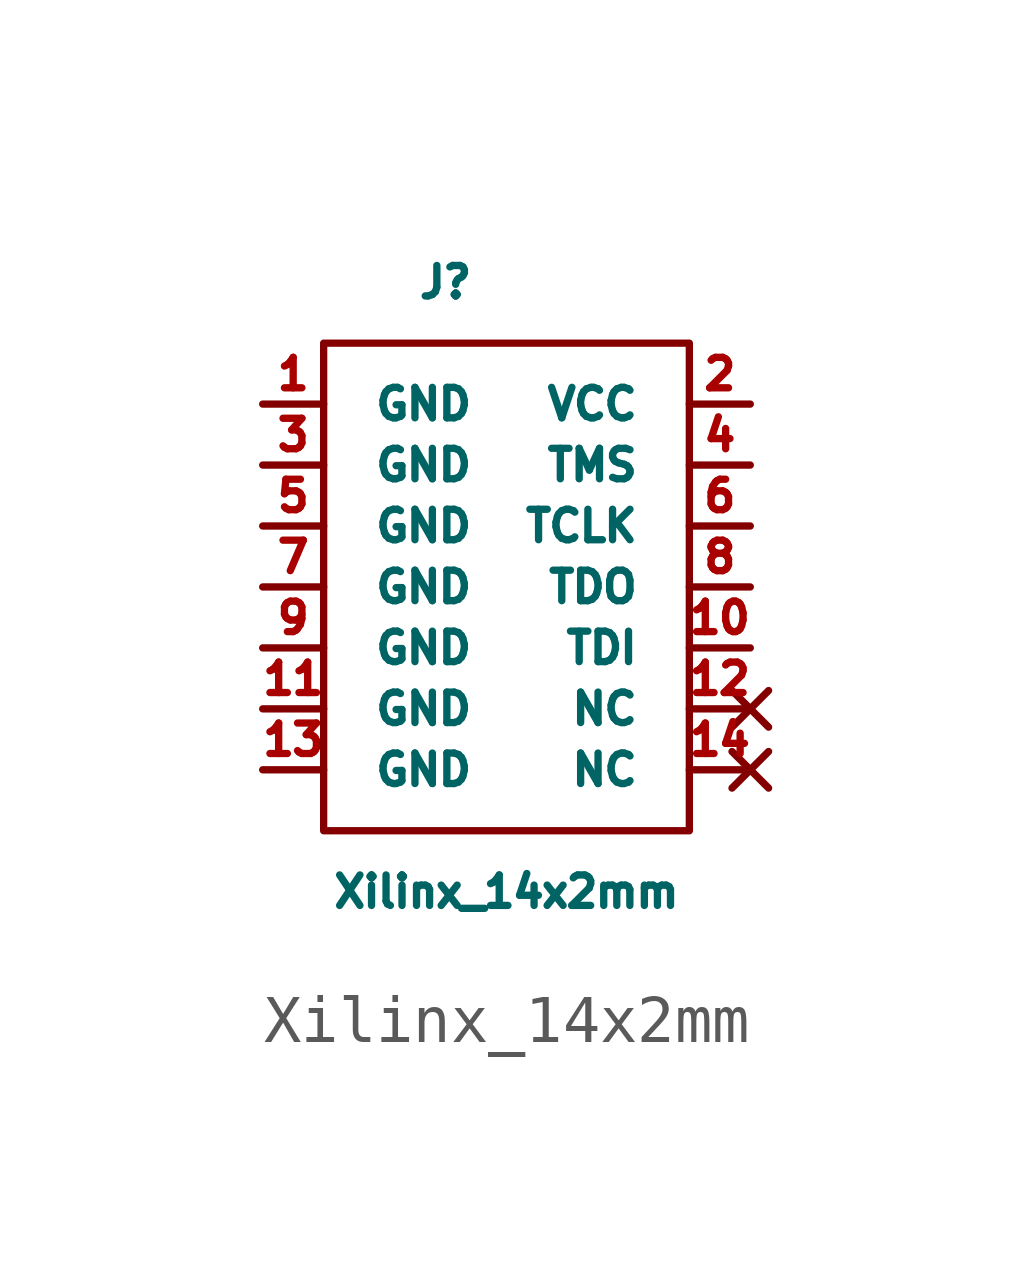
<source format=kicad_sym>
(kicad_symbol_lib
  (version 20211014)
  (generator kicad_symbol_editor)
  (symbol "Xilinx_14x2mm"
    (pin_names
      (offset 1.016))
    (property "Reference" "J"
      (at -1.27 6.35 0)
      (effects (font (size 0.635 0.635))))
    (property "Value" "Xilinx_14x2mm"
      (at 0 -6.35 0)
      (effects (font (size 0.635 0.635))))
    (property "Footprint" ""
      (at 0 0 0)
      (effects (font (size 0.635 0.635))))
    (property "Datasheet" ""
      (at 0 0 0)
      (effects (font (size 0.635 0.635))))
    (symbol "Xilinx_14x2mm_0_1"
      (rectangle (start -3.81 5.08) (end 3.81 -5.08) (stroke (width 0) (type default) (color 0 0 0 0)) (fill (type none))))
    (symbol "Xilinx_14x2mm_1_1"
      (pin power_in line (at -5.08 3.81 0) (length 1.27) (name "GND" (effects (font (size 0.635 0.635)))) (number "1" (effects (font (size 0.635 0.635)))))
      (pin input line (at 5.08 -1.27 180) (length 1.27) (name "TDI" (effects (font (size 0.635 0.635)))) (number "10" (effects (font (size 0.635 0.635)))))
      (pin power_in line (at -5.08 -2.54 0) (length 1.27) (name "GND" (effects (font (size 0.635 0.635)))) (number "11" (effects (font (size 0.635 0.635)))))
      (pin no_connect line (at 5.08 -2.54 180) (length 1.27) (name "NC" (effects (font (size 0.635 0.635)))) (number "12" (effects (font (size 0.635 0.635)))))
      (pin power_in line (at -5.08 -3.81 0) (length 1.27) (name "GND" (effects (font (size 0.635 0.635)))) (number "13" (effects (font (size 0.635 0.635)))))
      (pin no_connect line (at 5.08 -3.81 180) (length 1.27) (name "NC" (effects (font (size 0.635 0.635)))) (number "14" (effects (font (size 0.635 0.635)))))
      (pin power_in line (at 5.08 3.81 180) (length 1.27) (name "VCC" (effects (font (size 0.635 0.635)))) (number "2" (effects (font (size 0.635 0.635)))))
      (pin power_in line (at -5.08 2.54 0) (length 1.27) (name "GND" (effects (font (size 0.635 0.635)))) (number "3" (effects (font (size 0.635 0.635)))))
      (pin input line (at 5.08 2.54 180) (length 1.27) (name "TMS" (effects (font (size 0.635 0.635)))) (number "4" (effects (font (size 0.635 0.635)))))
      (pin power_in line (at -5.08 1.27 0) (length 1.27) (name "GND" (effects (font (size 0.635 0.635)))) (number "5" (effects (font (size 0.635 0.635)))))
      (pin input line (at 5.08 1.27 180) (length 1.27) (name "TCLK" (effects (font (size 0.635 0.635)))) (number "6" (effects (font (size 0.635 0.635)))))
      (pin power_in line (at -5.08 0 0) (length 1.27) (name "GND" (effects (font (size 0.635 0.635)))) (number "7" (effects (font (size 0.635 0.635)))))
      (pin output line (at 5.08 0 180) (length 1.27) (name "TDO" (effects (font (size 0.635 0.635)))) (number "8" (effects (font (size 0.635 0.635)))))
      (pin power_in line (at -5.08 -1.27 0) (length 1.27) (name "GND" (effects (font (size 0.635 0.635)))) (number "9" (effects (font (size 0.635 0.635))))))))
</source>
